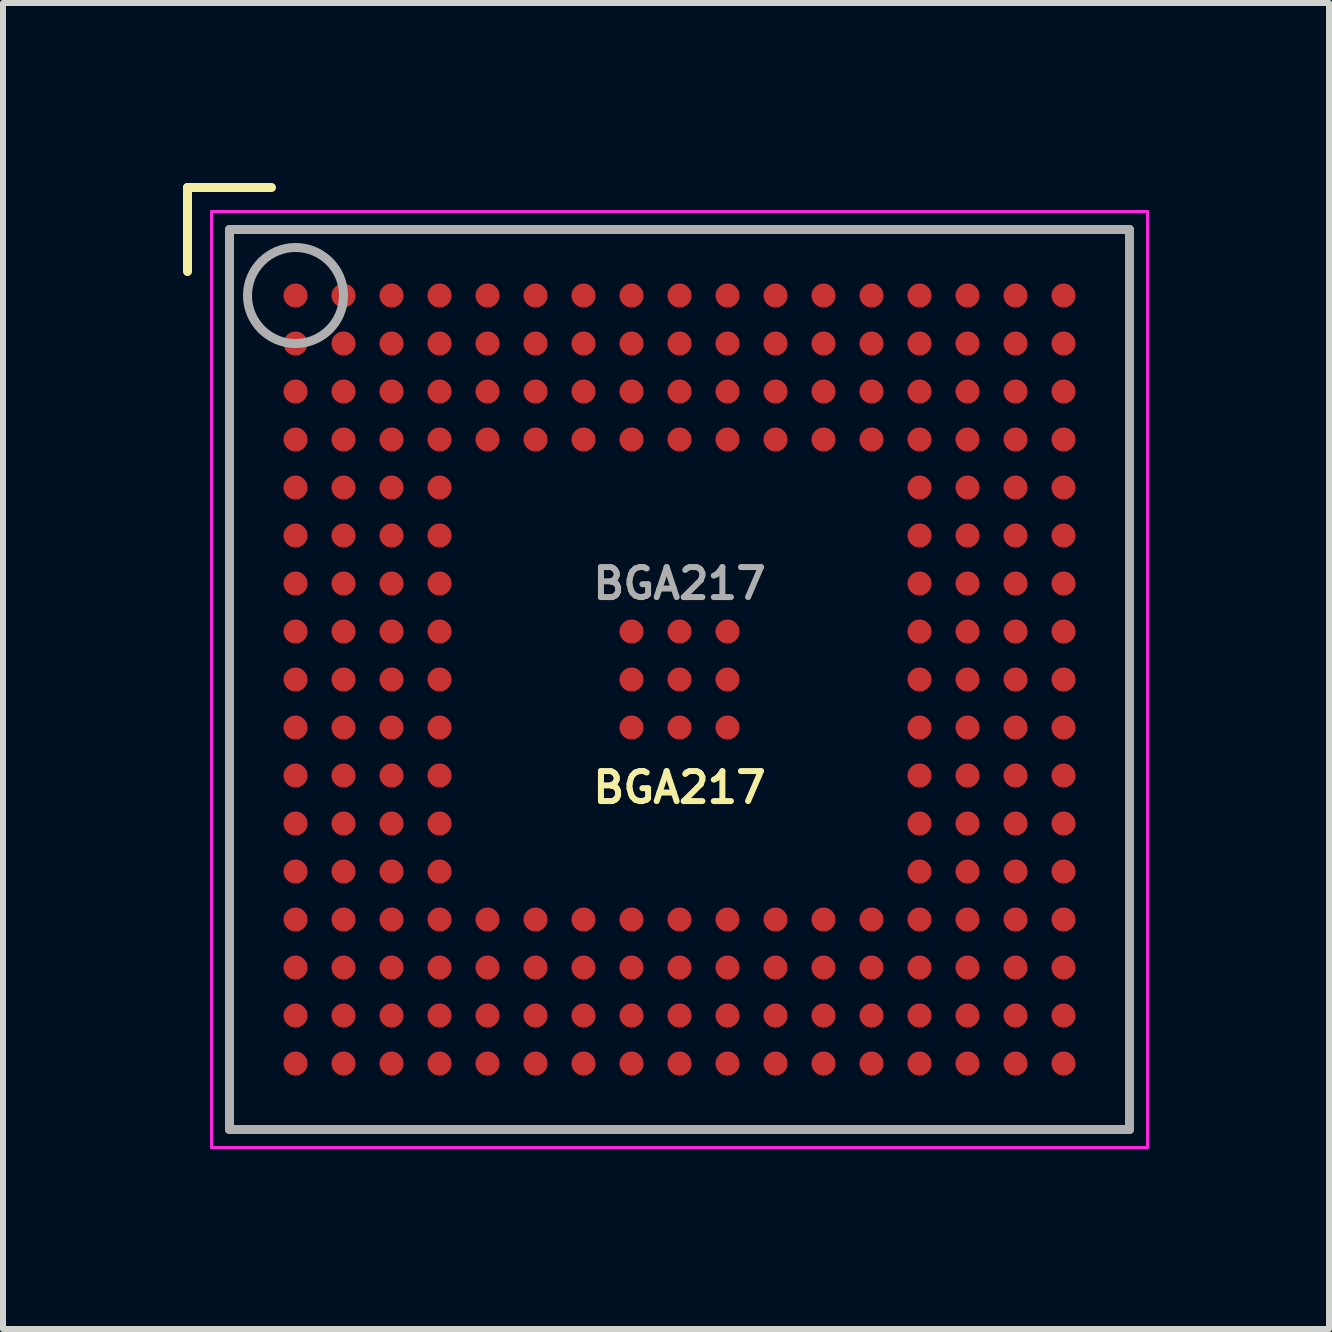
<source format=kicad_pcb>
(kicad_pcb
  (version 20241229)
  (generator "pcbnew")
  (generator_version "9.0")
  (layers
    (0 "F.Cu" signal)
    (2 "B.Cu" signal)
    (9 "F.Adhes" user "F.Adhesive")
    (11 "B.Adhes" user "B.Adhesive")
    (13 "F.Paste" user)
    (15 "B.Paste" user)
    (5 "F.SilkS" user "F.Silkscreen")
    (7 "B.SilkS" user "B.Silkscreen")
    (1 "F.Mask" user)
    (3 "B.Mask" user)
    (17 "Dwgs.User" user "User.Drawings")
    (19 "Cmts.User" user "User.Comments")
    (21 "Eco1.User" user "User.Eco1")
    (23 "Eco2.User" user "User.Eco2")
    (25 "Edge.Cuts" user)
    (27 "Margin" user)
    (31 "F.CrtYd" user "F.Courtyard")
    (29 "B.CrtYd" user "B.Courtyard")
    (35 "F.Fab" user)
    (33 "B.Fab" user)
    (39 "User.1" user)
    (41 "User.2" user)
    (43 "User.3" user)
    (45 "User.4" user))
  (footprint "BGA217"
    (layer "F.Cu")
    (at 8.275 8.275)
    (property "Reference" "BGA217" (at 0 1.8 0) (layer "F.SilkS") (effects (font (size 0.5 0.5) (thickness 0.1))))
    (attr smd)
    (fp_line (start -8.2 -8.2) (end -6.8 -8.2) (stroke (width 0.15) (type solid)) (layer "F.SilkS"))
    (fp_line (start -8.2 -6.8) (end -8.2 -8.2) (stroke (width 0.15) (type solid)) (layer "F.SilkS"))
    (fp_line (start -7.8 -7.8) (end 7.8 -7.8) (stroke (width 0.05) (type solid)) (layer "F.CrtYd"))
    (fp_line (start -7.8 7.8) (end -7.8 -7.8) (stroke (width 0.05) (type solid)) (layer "F.CrtYd"))
    (fp_line (start 7.8 -7.8) (end 7.8 7.8) (stroke (width 0.05) (type solid)) (layer "F.CrtYd"))
    (fp_line (start 7.8 7.8) (end -7.8 7.8) (stroke (width 0.05) (type solid)) (layer "F.CrtYd"))
    (fp_line (start -7.5 -7.5) (end -7.5 7.5) (stroke (width 0.15) (type solid)) (layer "F.Fab"))
    (fp_line (start -7.5 7.5) (end 7.5 7.5) (stroke (width 0.15) (type solid)) (layer "F.Fab"))
    (fp_line (start 7.5 -7.5) (end -7.5 -7.5) (stroke (width 0.15) (type solid)) (layer "F.Fab"))
    (fp_line (start 7.5 7.5) (end 7.5 -7.5) (stroke (width 0.15) (type solid)) (layer "F.Fab"))
    (fp_circle (center -6.4 -6.4) (end -5.6 -6.4) (stroke (width 0.15) (type solid)) (fill no) (layer "F.Fab"))
    (fp_text user "${REFERENCE}" (at 0 -1.6 0) (layer "F.Fab") (effects (font (size 0.5 0.5) (thickness 0.1))))
    (pad "" smd rect (at -6.4 -6.4) (size 0.4 0.4) (layers "F.Paste"))
    (pad "" smd rect (at -6.4 -5.6) (size 0.4 0.4) (layers "F.Paste"))
    (pad "" smd rect (at -6.4 -4.8) (size 0.4 0.4) (layers "F.Paste"))
    (pad "" smd rect (at -6.4 -4) (size 0.4 0.4) (layers "F.Paste"))
    (pad "" smd rect (at -6.4 -3.2) (size 0.4 0.4) (layers "F.Paste"))
    (pad "" smd rect (at -6.4 -2.4) (size 0.4 0.4) (layers "F.Paste"))
    (pad "" smd rect (at -6.4 -1.6) (size 0.4 0.4) (layers "F.Paste"))
    (pad "" smd rect (at -6.4 -0.8) (size 0.4 0.4) (layers "F.Paste"))
    (pad "" smd rect (at -6.4 0) (size 0.4 0.4) (layers "F.Paste"))
    (pad "" smd rect (at -6.4 0.8) (size 0.4 0.4) (layers "F.Paste"))
    (pad "" smd rect (at -6.4 1.6) (size 0.4 0.4) (layers "F.Paste"))
    (pad "" smd rect (at -6.4 2.4) (size 0.4 0.4) (layers "F.Paste"))
    (pad "" smd rect (at -6.4 3.2) (size 0.4 0.4) (layers "F.Paste"))
    (pad "" smd rect (at -6.4 4) (size 0.4 0.4) (layers "F.Paste"))
    (pad "" smd rect (at -6.4 4.8) (size 0.4 0.4) (layers "F.Paste"))
    (pad "" smd rect (at -6.4 5.6) (size 0.4 0.4) (layers "F.Paste"))
    (pad "" smd rect (at -6.4 6.4) (size 0.4 0.4) (layers "F.Paste"))
    (pad "" smd rect (at -5.6 -6.4) (size 0.4 0.4) (layers "F.Paste"))
    (pad "" smd rect (at -5.6 -5.6) (size 0.4 0.4) (layers "F.Paste"))
    (pad "" smd rect (at -5.6 -4.8) (size 0.4 0.4) (layers "F.Paste"))
    (pad "" smd rect (at -5.6 -4) (size 0.4 0.4) (layers "F.Paste"))
    (pad "" smd rect (at -5.6 -3.2) (size 0.4 0.4) (layers "F.Paste"))
    (pad "" smd rect (at -5.6 -2.4) (size 0.4 0.4) (layers "F.Paste"))
    (pad "" smd rect (at -5.6 -1.6) (size 0.4 0.4) (layers "F.Paste"))
    (pad "" smd rect (at -5.6 -0.8) (size 0.4 0.4) (layers "F.Paste"))
    (pad "" smd rect (at -5.6 0) (size 0.4 0.4) (layers "F.Paste"))
    (pad "" smd rect (at -5.6 0.8) (size 0.4 0.4) (layers "F.Paste"))
    (pad "" smd rect (at -5.6 1.6) (size 0.4 0.4) (layers "F.Paste"))
    (pad "" smd rect (at -5.6 2.4) (size 0.4 0.4) (layers "F.Paste"))
    (pad "" smd rect (at -5.6 3.2) (size 0.4 0.4) (layers "F.Paste"))
    (pad "" smd rect (at -5.6 4) (size 0.4 0.4) (layers "F.Paste"))
    (pad "" smd rect (at -5.6 4.8) (size 0.4 0.4) (layers "F.Paste"))
    (pad "" smd rect (at -5.6 5.6) (size 0.4 0.4) (layers "F.Paste"))
    (pad "" smd rect (at -5.6 6.4) (size 0.4 0.4) (layers "F.Paste"))
    (pad "" smd rect (at -4.8 -6.4) (size 0.4 0.4) (layers "F.Paste"))
    (pad "" smd rect (at -4.8 -5.6) (size 0.4 0.4) (layers "F.Paste"))
    (pad "" smd rect (at -4.8 -4.8) (size 0.4 0.4) (layers "F.Paste"))
    (pad "" smd rect (at -4.8 -4) (size 0.4 0.4) (layers "F.Paste"))
    (pad "" smd rect (at -4.8 -3.2) (size 0.4 0.4) (layers "F.Paste"))
    (pad "" smd rect (at -4.8 -2.4) (size 0.4 0.4) (layers "F.Paste"))
    (pad "" smd rect (at -4.8 -1.6) (size 0.4 0.4) (layers "F.Paste"))
    (pad "" smd rect (at -4.8 -0.8) (size 0.4 0.4) (layers "F.Paste"))
    (pad "" smd rect (at -4.8 0) (size 0.4 0.4) (layers "F.Paste"))
    (pad "" smd rect (at -4.8 0.8) (size 0.4 0.4) (layers "F.Paste"))
    (pad "" smd rect (at -4.8 1.6) (size 0.4 0.4) (layers "F.Paste"))
    (pad "" smd rect (at -4.8 2.4) (size 0.4 0.4) (layers "F.Paste"))
    (pad "" smd rect (at -4.8 3.2) (size 0.4 0.4) (layers "F.Paste"))
    (pad "" smd rect (at -4.8 4) (size 0.4 0.4) (layers "F.Paste"))
    (pad "" smd rect (at -4.8 4.8) (size 0.4 0.4) (layers "F.Paste"))
    (pad "" smd rect (at -4.8 5.6) (size 0.4 0.4) (layers "F.Paste"))
    (pad "" smd rect (at -4.8 6.4) (size 0.4 0.4) (layers "F.Paste"))
    (pad "" smd rect (at -4 -6.4) (size 0.4 0.4) (layers "F.Paste"))
    (pad "" smd rect (at -4 -5.6) (size 0.4 0.4) (layers "F.Paste"))
    (pad "" smd rect (at -4 -4.8) (size 0.4 0.4) (layers "F.Paste"))
    (pad "" smd rect (at -4 -4) (size 0.4 0.4) (layers "F.Paste"))
    (pad "" smd rect (at -4 -3.2) (size 0.4 0.4) (layers "F.Paste"))
    (pad "" smd rect (at -4 -2.4) (size 0.4 0.4) (layers "F.Paste"))
    (pad "" smd rect (at -4 -1.6) (size 0.4 0.4) (layers "F.Paste"))
    (pad "" smd rect (at -4 -0.8) (size 0.4 0.4) (layers "F.Paste"))
    (pad "" smd rect (at -4 0) (size 0.4 0.4) (layers "F.Paste"))
    (pad "" smd rect (at -4 0.8) (size 0.4 0.4) (layers "F.Paste"))
    (pad "" smd rect (at -4 1.6) (size 0.4 0.4) (layers "F.Paste"))
    (pad "" smd rect (at -4 2.4) (size 0.4 0.4) (layers "F.Paste"))
    (pad "" smd rect (at -4 3.2) (size 0.4 0.4) (layers "F.Paste"))
    (pad "" smd rect (at -4 4) (size 0.4 0.4) (layers "F.Paste"))
    (pad "" smd rect (at -4 4.8) (size 0.4 0.4) (layers "F.Paste"))
    (pad "" smd rect (at -4 5.6) (size 0.4 0.4) (layers "F.Paste"))
    (pad "" smd rect (at -4 6.4) (size 0.4 0.4) (layers "F.Paste"))
    (pad "" smd rect (at -3.2 -6.4) (size 0.4 0.4) (layers "F.Paste"))
    (pad "" smd rect (at -3.2 -5.6) (size 0.4 0.4) (layers "F.Paste"))
    (pad "" smd rect (at -3.2 -4.8) (size 0.4 0.4) (layers "F.Paste"))
    (pad "" smd rect (at -3.2 -4) (size 0.4 0.4) (layers "F.Paste"))
    (pad "" smd rect (at -3.2 4) (size 0.4 0.4) (layers "F.Paste"))
    (pad "" smd rect (at -3.2 4.8) (size 0.4 0.4) (layers "F.Paste"))
    (pad "" smd rect (at -3.2 5.6) (size 0.4 0.4) (layers "F.Paste"))
    (pad "" smd rect (at -3.2 6.4) (size 0.4 0.4) (layers "F.Paste"))
    (pad "" smd rect (at -2.4 -6.4) (size 0.4 0.4) (layers "F.Paste"))
    (pad "" smd rect (at -2.4 -5.6) (size 0.4 0.4) (layers "F.Paste"))
    (pad "" smd rect (at -2.4 -4.8) (size 0.4 0.4) (layers "F.Paste"))
    (pad "" smd rect (at -2.4 -4) (size 0.4 0.4) (layers "F.Paste"))
    (pad "" smd rect (at -2.4 4) (size 0.4 0.4) (layers "F.Paste"))
    (pad "" smd rect (at -2.4 4.8) (size 0.4 0.4) (layers "F.Paste"))
    (pad "" smd rect (at -2.4 5.6) (size 0.4 0.4) (layers "F.Paste"))
    (pad "" smd rect (at -2.4 6.4) (size 0.4 0.4) (layers "F.Paste"))
    (pad "" smd rect (at -1.6 -6.4) (size 0.4 0.4) (layers "F.Paste"))
    (pad "" smd rect (at -1.6 -5.6) (size 0.4 0.4) (layers "F.Paste"))
    (pad "" smd rect (at -1.6 -4.8) (size 0.4 0.4) (layers "F.Paste"))
    (pad "" smd rect (at -1.6 -4) (size 0.4 0.4) (layers "F.Paste"))
    (pad "" smd rect (at -1.6 4) (size 0.4 0.4) (layers "F.Paste"))
    (pad "" smd rect (at -1.6 4.8) (size 0.4 0.4) (layers "F.Paste"))
    (pad "" smd rect (at -1.6 5.6) (size 0.4 0.4) (layers "F.Paste"))
    (pad "" smd rect (at -1.6 6.4) (size 0.4 0.4) (layers "F.Paste"))
    (pad "" smd rect (at -0.8 -6.4) (size 0.4 0.4) (layers "F.Paste"))
    (pad "" smd rect (at -0.8 -5.6) (size 0.4 0.4) (layers "F.Paste"))
    (pad "" smd rect (at -0.8 -4.8) (size 0.4 0.4) (layers "F.Paste"))
    (pad "" smd rect (at -0.8 -4) (size 0.4 0.4) (layers "F.Paste"))
    (pad "" smd rect (at -0.8 -0.8) (size 0.4 0.4) (layers "F.Paste"))
    (pad "" smd rect (at -0.8 0) (size 0.4 0.4) (layers "F.Paste"))
    (pad "" smd rect (at -0.8 0.8) (size 0.4 0.4) (layers "F.Paste"))
    (pad "" smd rect (at -0.8 4) (size 0.4 0.4) (layers "F.Paste"))
    (pad "" smd rect (at -0.8 4.8) (size 0.4 0.4) (layers "F.Paste"))
    (pad "" smd rect (at -0.8 5.6) (size 0.4 0.4) (layers "F.Paste"))
    (pad "" smd rect (at -0.8 6.4) (size 0.4 0.4) (layers "F.Paste"))
    (pad "" smd rect (at 0 -6.4) (size 0.4 0.4) (layers "F.Paste"))
    (pad "" smd rect (at 0 -5.6) (size 0.4 0.4) (layers "F.Paste"))
    (pad "" smd rect (at 0 -4.8) (size 0.4 0.4) (layers "F.Paste"))
    (pad "" smd rect (at 0 -4) (size 0.4 0.4) (layers "F.Paste"))
    (pad "" smd rect (at 0 -0.8) (size 0.4 0.4) (layers "F.Paste"))
    (pad "" smd rect (at 0 0) (size 0.4 0.4) (layers "F.Paste"))
    (pad "" smd rect (at 0 0.8) (size 0.4 0.4) (layers "F.Paste"))
    (pad "" smd rect (at 0 4) (size 0.4 0.4) (layers "F.Paste"))
    (pad "" smd rect (at 0 4.8) (size 0.4 0.4) (layers "F.Paste"))
    (pad "" smd rect (at 0 5.6) (size 0.4 0.4) (layers "F.Paste"))
    (pad "" smd rect (at 0 6.4) (size 0.4 0.4) (layers "F.Paste"))
    (pad "" smd rect (at 0.8 -6.4) (size 0.4 0.4) (layers "F.Paste"))
    (pad "" smd rect (at 0.8 -5.6) (size 0.4 0.4) (layers "F.Paste"))
    (pad "" smd rect (at 0.8 -4.8) (size 0.4 0.4) (layers "F.Paste"))
    (pad "" smd rect (at 0.8 -4) (size 0.4 0.4) (layers "F.Paste"))
    (pad "" smd rect (at 0.8 -0.8) (size 0.4 0.4) (layers "F.Paste"))
    (pad "" smd rect (at 0.8 0) (size 0.4 0.4) (layers "F.Paste"))
    (pad "" smd rect (at 0.8 0.8) (size 0.4 0.4) (layers "F.Paste"))
    (pad "" smd rect (at 0.8 4) (size 0.4 0.4) (layers "F.Paste"))
    (pad "" smd rect (at 0.8 4.8) (size 0.4 0.4) (layers "F.Paste"))
    (pad "" smd rect (at 0.8 5.6) (size 0.4 0.4) (layers "F.Paste"))
    (pad "" smd rect (at 0.8 6.4) (size 0.4 0.4) (layers "F.Paste"))
    (pad "" smd rect (at 1.6 -6.4) (size 0.4 0.4) (layers "F.Paste"))
    (pad "" smd rect (at 1.6 -5.6) (size 0.4 0.4) (layers "F.Paste"))
    (pad "" smd rect (at 1.6 -4.8) (size 0.4 0.4) (layers "F.Paste"))
    (pad "" smd rect (at 1.6 -4) (size 0.4 0.4) (layers "F.Paste"))
    (pad "" smd rect (at 1.6 4) (size 0.4 0.4) (layers "F.Paste"))
    (pad "" smd rect (at 1.6 4.8) (size 0.4 0.4) (layers "F.Paste"))
    (pad "" smd rect (at 1.6 5.6) (size 0.4 0.4) (layers "F.Paste"))
    (pad "" smd rect (at 1.6 6.4) (size 0.4 0.4) (layers "F.Paste"))
    (pad "" smd rect (at 2.4 -6.4) (size 0.4 0.4) (layers "F.Paste"))
    (pad "" smd rect (at 2.4 -5.6) (size 0.4 0.4) (layers "F.Paste"))
    (pad "" smd rect (at 2.4 -4.8) (size 0.4 0.4) (layers "F.Paste"))
    (pad "" smd rect (at 2.4 -4) (size 0.4 0.4) (layers "F.Paste"))
    (pad "" smd rect (at 2.4 4) (size 0.4 0.4) (layers "F.Paste"))
    (pad "" smd rect (at 2.4 4.8) (size 0.4 0.4) (layers "F.Paste"))
    (pad "" smd rect (at 2.4 5.6) (size 0.4 0.4) (layers "F.Paste"))
    (pad "" smd rect (at 2.4 6.4) (size 0.4 0.4) (layers "F.Paste"))
    (pad "" smd rect (at 3.2 -6.4) (size 0.4 0.4) (layers "F.Paste"))
    (pad "" smd rect (at 3.2 -5.6) (size 0.4 0.4) (layers "F.Paste"))
    (pad "" smd rect (at 3.2 -4.8) (size 0.4 0.4) (layers "F.Paste"))
    (pad "" smd rect (at 3.2 -4) (size 0.4 0.4) (layers "F.Paste"))
    (pad "" smd rect (at 3.2 4) (size 0.4 0.4) (layers "F.Paste"))
    (pad "" smd rect (at 3.2 4.8) (size 0.4 0.4) (layers "F.Paste"))
    (pad "" smd rect (at 3.2 5.6) (size 0.4 0.4) (layers "F.Paste"))
    (pad "" smd rect (at 3.2 6.4) (size 0.4 0.4) (layers "F.Paste"))
    (pad "" smd rect (at 4 -6.4) (size 0.4 0.4) (layers "F.Paste"))
    (pad "" smd rect (at 4 -5.6) (size 0.4 0.4) (layers "F.Paste"))
    (pad "" smd rect (at 4 -4.8) (size 0.4 0.4) (layers "F.Paste"))
    (pad "" smd rect (at 4 -4) (size 0.4 0.4) (layers "F.Paste"))
    (pad "" smd rect (at 4 -3.2) (size 0.4 0.4) (layers "F.Paste"))
    (pad "" smd rect (at 4 -2.4) (size 0.4 0.4) (layers "F.Paste"))
    (pad "" smd rect (at 4 -1.6) (size 0.4 0.4) (layers "F.Paste"))
    (pad "" smd rect (at 4 -0.8) (size 0.4 0.4) (layers "F.Paste"))
    (pad "" smd rect (at 4 0) (size 0.4 0.4) (layers "F.Paste"))
    (pad "" smd rect (at 4 0.8) (size 0.4 0.4) (layers "F.Paste"))
    (pad "" smd rect (at 4 1.6) (size 0.4 0.4) (layers "F.Paste"))
    (pad "" smd rect (at 4 2.4) (size 0.4 0.4) (layers "F.Paste"))
    (pad "" smd rect (at 4 3.2) (size 0.4 0.4) (layers "F.Paste"))
    (pad "" smd rect (at 4 4) (size 0.4 0.4) (layers "F.Paste"))
    (pad "" smd rect (at 4 4.8) (size 0.4 0.4) (layers "F.Paste"))
    (pad "" smd rect (at 4 5.6) (size 0.4 0.4) (layers "F.Paste"))
    (pad "" smd rect (at 4 6.4) (size 0.4 0.4) (layers "F.Paste"))
    (pad "" smd rect (at 4.8 -6.4) (size 0.4 0.4) (layers "F.Paste"))
    (pad "" smd rect (at 4.8 -5.6) (size 0.4 0.4) (layers "F.Paste"))
    (pad "" smd rect (at 4.8 -4.8) (size 0.4 0.4) (layers "F.Paste"))
    (pad "" smd rect (at 4.8 -4) (size 0.4 0.4) (layers "F.Paste"))
    (pad "" smd rect (at 4.8 -3.2) (size 0.4 0.4) (layers "F.Paste"))
    (pad "" smd rect (at 4.8 -2.4) (size 0.4 0.4) (layers "F.Paste"))
    (pad "" smd rect (at 4.8 -1.6) (size 0.4 0.4) (layers "F.Paste"))
    (pad "" smd rect (at 4.8 -0.8) (size 0.4 0.4) (layers "F.Paste"))
    (pad "" smd rect (at 4.8 0) (size 0.4 0.4) (layers "F.Paste"))
    (pad "" smd rect (at 4.8 0.8) (size 0.4 0.4) (layers "F.Paste"))
    (pad "" smd rect (at 4.8 1.6) (size 0.4 0.4) (layers "F.Paste"))
    (pad "" smd rect (at 4.8 2.4) (size 0.4 0.4) (layers "F.Paste"))
    (pad "" smd rect (at 4.8 3.2) (size 0.4 0.4) (layers "F.Paste"))
    (pad "" smd rect (at 4.8 4) (size 0.4 0.4) (layers "F.Paste"))
    (pad "" smd rect (at 4.8 4.8) (size 0.4 0.4) (layers "F.Paste"))
    (pad "" smd rect (at 4.8 5.6) (size 0.4 0.4) (layers "F.Paste"))
    (pad "" smd rect (at 4.8 6.4) (size 0.4 0.4) (layers "F.Paste"))
    (pad "" smd rect (at 5.6 -6.4) (size 0.4 0.4) (layers "F.Paste"))
    (pad "" smd rect (at 5.6 -5.6) (size 0.4 0.4) (layers "F.Paste"))
    (pad "" smd rect (at 5.6 -4.8) (size 0.4 0.4) (layers "F.Paste"))
    (pad "" smd rect (at 5.6 -4) (size 0.4 0.4) (layers "F.Paste"))
    (pad "" smd rect (at 5.6 -3.2) (size 0.4 0.4) (layers "F.Paste"))
    (pad "" smd rect (at 5.6 -2.4) (size 0.4 0.4) (layers "F.Paste"))
    (pad "" smd rect (at 5.6 -1.6) (size 0.4 0.4) (layers "F.Paste"))
    (pad "" smd rect (at 5.6 -0.8) (size 0.4 0.4) (layers "F.Paste"))
    (pad "" smd rect (at 5.6 0) (size 0.4 0.4) (layers "F.Paste"))
    (pad "" smd rect (at 5.6 0.8) (size 0.4 0.4) (layers "F.Paste"))
    (pad "" smd rect (at 5.6 1.6) (size 0.4 0.4) (layers "F.Paste"))
    (pad "" smd rect (at 5.6 2.4) (size 0.4 0.4) (layers "F.Paste"))
    (pad "" smd rect (at 5.6 3.2) (size 0.4 0.4) (layers "F.Paste"))
    (pad "" smd rect (at 5.6 4) (size 0.4 0.4) (layers "F.Paste"))
    (pad "" smd rect (at 5.6 4.8) (size 0.4 0.4) (layers "F.Paste"))
    (pad "" smd rect (at 5.6 5.6) (size 0.4 0.4) (layers "F.Paste"))
    (pad "" smd rect (at 5.6 6.4) (size 0.4 0.4) (layers "F.Paste"))
    (pad "" smd rect (at 6.4 -6.4) (size 0.4 0.4) (layers "F.Paste"))
    (pad "" smd rect (at 6.4 -5.6) (size 0.4 0.4) (layers "F.Paste"))
    (pad "" smd rect (at 6.4 -4.8) (size 0.4 0.4) (layers "F.Paste"))
    (pad "" smd rect (at 6.4 -4) (size 0.4 0.4) (layers "F.Paste"))
    (pad "" smd rect (at 6.4 -3.2) (size 0.4 0.4) (layers "F.Paste"))
    (pad "" smd rect (at 6.4 -2.4) (size 0.4 0.4) (layers "F.Paste"))
    (pad "" smd rect (at 6.4 -1.6) (size 0.4 0.4) (layers "F.Paste"))
    (pad "" smd rect (at 6.4 -0.8) (size 0.4 0.4) (layers "F.Paste"))
    (pad "" smd rect (at 6.4 0) (size 0.4 0.4) (layers "F.Paste"))
    (pad "" smd rect (at 6.4 0.8) (size 0.4 0.4) (layers "F.Paste"))
    (pad "" smd rect (at 6.4 1.6) (size 0.4 0.4) (layers "F.Paste"))
    (pad "" smd rect (at 6.4 2.4) (size 0.4 0.4) (layers "F.Paste"))
    (pad "" smd rect (at 6.4 3.2) (size 0.4 0.4) (layers "F.Paste"))
    (pad "" smd rect (at 6.4 4) (size 0.4 0.4) (layers "F.Paste"))
    (pad "" smd rect (at 6.4 4.8) (size 0.4 0.4) (layers "F.Paste"))
    (pad "" smd rect (at 6.4 5.6) (size 0.4 0.4) (layers "F.Paste"))
    (pad "" smd rect (at 6.4 6.4) (size 0.4 0.4) (layers "F.Paste"))
    (pad "A1" smd circle (at -6.4 -6.4) (size 0.4 0.4) (layers "F.Cu" "F.Mask" "F.Paste"))
    (pad "A2" smd circle (at -5.6 -6.4) (size 0.4 0.4) (layers "F.Cu" "F.Mask" "F.Paste"))
    (pad "A3" smd circle (at -4.8 -6.4) (size 0.4 0.4) (layers "F.Cu" "F.Mask" "F.Paste"))
    (pad "A4" smd circle (at -4 -6.4) (size 0.4 0.4) (layers "F.Cu" "F.Mask" "F.Paste"))
    (pad "A5" smd circle (at -3.2 -6.4) (size 0.4 0.4) (layers "F.Cu" "F.Mask" "F.Paste"))
    (pad "A6" smd circle (at -2.4 -6.4) (size 0.4 0.4) (layers "F.Cu" "F.Mask" "F.Paste"))
    (pad "A7" smd circle (at -1.6 -6.4) (size 0.4 0.4) (layers "F.Cu" "F.Mask" "F.Paste"))
    (pad "A8" smd circle (at -0.8 -6.4) (size 0.4 0.4) (layers "F.Cu" "F.Mask" "F.Paste"))
    (pad "A9" smd circle (at 0 -6.4) (size 0.4 0.4) (layers "F.Cu" "F.Mask" "F.Paste"))
    (pad "A10" smd circle (at 0.8 -6.4) (size 0.4 0.4) (layers "F.Cu" "F.Mask" "F.Paste"))
    (pad "A11" smd circle (at 1.6 -6.4) (size 0.4 0.4) (layers "F.Cu" "F.Mask" "F.Paste"))
    (pad "A12" smd circle (at 2.4 -6.4) (size 0.4 0.4) (layers "F.Cu" "F.Mask" "F.Paste"))
    (pad "A13" smd circle (at 3.2 -6.4) (size 0.4 0.4) (layers "F.Cu" "F.Mask" "F.Paste"))
    (pad "A14" smd circle (at 4 -6.4) (size 0.4 0.4) (layers "F.Cu" "F.Mask" "F.Paste"))
    (pad "A15" smd circle (at 4.8 -6.4) (size 0.4 0.4) (layers "F.Cu" "F.Mask" "F.Paste"))
    (pad "A16" smd circle (at 5.6 -6.4) (size 0.4 0.4) (layers "F.Cu" "F.Mask" "F.Paste"))
    (pad "A17" smd circle (at 6.4 -6.4) (size 0.4 0.4) (layers "F.Cu" "F.Mask" "F.Paste"))
    (pad "B1" smd circle (at -6.4 -5.6) (size 0.4 0.4) (layers "F.Cu" "F.Mask" "F.Paste"))
    (pad "B2" smd circle (at -5.6 -5.6) (size 0.4 0.4) (layers "F.Cu" "F.Mask" "F.Paste"))
    (pad "B3" smd circle (at -4.8 -5.6) (size 0.4 0.4) (layers "F.Cu" "F.Mask" "F.Paste"))
    (pad "B4" smd circle (at -4 -5.6) (size 0.4 0.4) (layers "F.Cu" "F.Mask" "F.Paste"))
    (pad "B5" smd circle (at -3.2 -5.6) (size 0.4 0.4) (layers "F.Cu" "F.Mask" "F.Paste"))
    (pad "B6" smd circle (at -2.4 -5.6) (size 0.4 0.4) (layers "F.Cu" "F.Mask" "F.Paste"))
    (pad "B7" smd circle (at -1.6 -5.6) (size 0.4 0.4) (layers "F.Cu" "F.Mask" "F.Paste"))
    (pad "B8" smd circle (at -0.8 -5.6) (size 0.4 0.4) (layers "F.Cu" "F.Mask" "F.Paste"))
    (pad "B9" smd circle (at 0 -5.6) (size 0.4 0.4) (layers "F.Cu" "F.Mask" "F.Paste"))
    (pad "B10" smd circle (at 0.8 -5.6) (size 0.4 0.4) (layers "F.Cu" "F.Mask" "F.Paste"))
    (pad "B11" smd circle (at 1.6 -5.6) (size 0.4 0.4) (layers "F.Cu" "F.Mask" "F.Paste"))
    (pad "B12" smd circle (at 2.4 -5.6) (size 0.4 0.4) (layers "F.Cu" "F.Mask" "F.Paste"))
    (pad "B13" smd circle (at 3.2 -5.6) (size 0.4 0.4) (layers "F.Cu" "F.Mask" "F.Paste"))
    (pad "B14" smd circle (at 4 -5.6) (size 0.4 0.4) (layers "F.Cu" "F.Mask" "F.Paste"))
    (pad "B15" smd circle (at 4.8 -5.6) (size 0.4 0.4) (layers "F.Cu" "F.Mask" "F.Paste"))
    (pad "B16" smd circle (at 5.6 -5.6) (size 0.4 0.4) (layers "F.Cu" "F.Mask" "F.Paste"))
    (pad "B17" smd circle (at 6.4 -5.6) (size 0.4 0.4) (layers "F.Cu" "F.Mask" "F.Paste"))
    (pad "C1" smd circle (at -6.4 -4.8) (size 0.4 0.4) (layers "F.Cu" "F.Mask" "F.Paste"))
    (pad "C2" smd circle (at -5.6 -4.8) (size 0.4 0.4) (layers "F.Cu" "F.Mask" "F.Paste"))
    (pad "C3" smd circle (at -4.8 -4.8) (size 0.4 0.4) (layers "F.Cu" "F.Mask" "F.Paste"))
    (pad "C4" smd circle (at -4 -4.8) (size 0.4 0.4) (layers "F.Cu" "F.Mask" "F.Paste"))
    (pad "C5" smd circle (at -3.2 -4.8) (size 0.4 0.4) (layers "F.Cu" "F.Mask" "F.Paste"))
    (pad "C6" smd circle (at -2.4 -4.8) (size 0.4 0.4) (layers "F.Cu" "F.Mask" "F.Paste"))
    (pad "C7" smd circle (at -1.6 -4.8) (size 0.4 0.4) (layers "F.Cu" "F.Mask" "F.Paste"))
    (pad "C8" smd circle (at -0.8 -4.8) (size 0.4 0.4) (layers "F.Cu" "F.Mask" "F.Paste"))
    (pad "C9" smd circle (at 0 -4.8) (size 0.4 0.4) (layers "F.Cu" "F.Mask" "F.Paste"))
    (pad "C10" smd circle (at 0.8 -4.8) (size 0.4 0.4) (layers "F.Cu" "F.Mask" "F.Paste"))
    (pad "C11" smd circle (at 1.6 -4.8) (size 0.4 0.4) (layers "F.Cu" "F.Mask" "F.Paste"))
    (pad "C12" smd circle (at 2.4 -4.8) (size 0.4 0.4) (layers "F.Cu" "F.Mask" "F.Paste"))
    (pad "C13" smd circle (at 3.2 -4.8) (size 0.4 0.4) (layers "F.Cu" "F.Mask" "F.Paste"))
    (pad "C14" smd circle (at 4 -4.8) (size 0.4 0.4) (layers "F.Cu" "F.Mask" "F.Paste"))
    (pad "C15" smd circle (at 4.8 -4.8) (size 0.4 0.4) (layers "F.Cu" "F.Mask" "F.Paste"))
    (pad "C16" smd circle (at 5.6 -4.8) (size 0.4 0.4) (layers "F.Cu" "F.Mask" "F.Paste"))
    (pad "C17" smd circle (at 6.4 -4.8) (size 0.4 0.4) (layers "F.Cu" "F.Mask" "F.Paste"))
    (pad "D1" smd circle (at -6.4 -4) (size 0.4 0.4) (layers "F.Cu" "F.Mask" "F.Paste"))
    (pad "D2" smd circle (at -5.6 -4) (size 0.4 0.4) (layers "F.Cu" "F.Mask" "F.Paste"))
    (pad "D3" smd circle (at -4.8 -4) (size 0.4 0.4) (layers "F.Cu" "F.Mask" "F.Paste"))
    (pad "D4" smd circle (at -4 -4) (size 0.4 0.4) (layers "F.Cu" "F.Mask" "F.Paste"))
    (pad "D5" smd circle (at -3.2 -4) (size 0.4 0.4) (layers "F.Cu" "F.Mask" "F.Paste"))
    (pad "D6" smd circle (at -2.4 -4) (size 0.4 0.4) (layers "F.Cu" "F.Mask" "F.Paste"))
    (pad "D7" smd circle (at -1.6 -4) (size 0.4 0.4) (layers "F.Cu" "F.Mask" "F.Paste"))
    (pad "D8" smd circle (at -0.8 -4) (size 0.4 0.4) (layers "F.Cu" "F.Mask" "F.Paste"))
    (pad "D9" smd circle (at 0 -4) (size 0.4 0.4) (layers "F.Cu" "F.Mask" "F.Paste"))
    (pad "D10" smd circle (at 0.8 -4) (size 0.4 0.4) (layers "F.Cu" "F.Mask" "F.Paste"))
    (pad "D11" smd circle (at 1.6 -4) (size 0.4 0.4) (layers "F.Cu" "F.Mask" "F.Paste"))
    (pad "D12" smd circle (at 2.4 -4) (size 0.4 0.4) (layers "F.Cu" "F.Mask" "F.Paste"))
    (pad "D13" smd circle (at 3.2 -4) (size 0.4 0.4) (layers "F.Cu" "F.Mask" "F.Paste"))
    (pad "D14" smd circle (at 4 -4) (size 0.4 0.4) (layers "F.Cu" "F.Mask" "F.Paste"))
    (pad "D15" smd circle (at 4.8 -4) (size 0.4 0.4) (layers "F.Cu" "F.Mask" "F.Paste"))
    (pad "D16" smd circle (at 5.6 -4) (size 0.4 0.4) (layers "F.Cu" "F.Mask" "F.Paste"))
    (pad "D17" smd circle (at 6.4 -4) (size 0.4 0.4) (layers "F.Cu" "F.Mask" "F.Paste"))
    (pad "E1" smd circle (at -6.4 -3.2) (size 0.4 0.4) (layers "F.Cu" "F.Mask" "F.Paste"))
    (pad "E2" smd circle (at -5.6 -3.2) (size 0.4 0.4) (layers "F.Cu" "F.Mask" "F.Paste"))
    (pad "E3" smd circle (at -4.8 -3.2) (size 0.4 0.4) (layers "F.Cu" "F.Mask" "F.Paste"))
    (pad "E4" smd circle (at -4 -3.2) (size 0.4 0.4) (layers "F.Cu" "F.Mask" "F.Paste"))
    (pad "E14" smd circle (at 4 -3.2) (size 0.4 0.4) (layers "F.Cu" "F.Mask" "F.Paste"))
    (pad "E15" smd circle (at 4.8 -3.2) (size 0.4 0.4) (layers "F.Cu" "F.Mask" "F.Paste"))
    (pad "E16" smd circle (at 5.6 -3.2) (size 0.4 0.4) (layers "F.Cu" "F.Mask" "F.Paste"))
    (pad "E17" smd circle (at 6.4 -3.2) (size 0.4 0.4) (layers "F.Cu" "F.Mask" "F.Paste"))
    (pad "F1" smd circle (at -6.4 -2.4) (size 0.4 0.4) (layers "F.Cu" "F.Mask" "F.Paste"))
    (pad "F2" smd circle (at -5.6 -2.4) (size 0.4 0.4) (layers "F.Cu" "F.Mask" "F.Paste"))
    (pad "F3" smd circle (at -4.8 -2.4) (size 0.4 0.4) (layers "F.Cu" "F.Mask" "F.Paste"))
    (pad "F4" smd circle (at -4 -2.4) (size 0.4 0.4) (layers "F.Cu" "F.Mask" "F.Paste"))
    (pad "F14" smd circle (at 4 -2.4) (size 0.4 0.4) (layers "F.Cu" "F.Mask" "F.Paste"))
    (pad "F15" smd circle (at 4.8 -2.4) (size 0.4 0.4) (layers "F.Cu" "F.Mask" "F.Paste"))
    (pad "F16" smd circle (at 5.6 -2.4) (size 0.4 0.4) (layers "F.Cu" "F.Mask" "F.Paste"))
    (pad "F17" smd circle (at 6.4 -2.4) (size 0.4 0.4) (layers "F.Cu" "F.Mask" "F.Paste"))
    (pad "G1" smd circle (at -6.4 -1.6) (size 0.4 0.4) (layers "F.Cu" "F.Mask" "F.Paste"))
    (pad "G2" smd circle (at -5.6 -1.6) (size 0.4 0.4) (layers "F.Cu" "F.Mask" "F.Paste"))
    (pad "G3" smd circle (at -4.8 -1.6) (size 0.4 0.4) (layers "F.Cu" "F.Mask" "F.Paste"))
    (pad "G4" smd circle (at -4 -1.6) (size 0.4 0.4) (layers "F.Cu" "F.Mask" "F.Paste"))
    (pad "G14" smd circle (at 4 -1.6) (size 0.4 0.4) (layers "F.Cu" "F.Mask" "F.Paste"))
    (pad "G15" smd circle (at 4.8 -1.6) (size 0.4 0.4) (layers "F.Cu" "F.Mask" "F.Paste"))
    (pad "G16" smd circle (at 5.6 -1.6) (size 0.4 0.4) (layers "F.Cu" "F.Mask" "F.Paste"))
    (pad "G17" smd circle (at 6.4 -1.6) (size 0.4 0.4) (layers "F.Cu" "F.Mask" "F.Paste"))
    (pad "H1" smd circle (at -6.4 -0.8) (size 0.4 0.4) (layers "F.Cu" "F.Mask" "F.Paste"))
    (pad "H2" smd circle (at -5.6 -0.8) (size 0.4 0.4) (layers "F.Cu" "F.Mask" "F.Paste"))
    (pad "H3" smd circle (at -4.8 -0.8) (size 0.4 0.4) (layers "F.Cu" "F.Mask" "F.Paste"))
    (pad "H4" smd circle (at -4 -0.8) (size 0.4 0.4) (layers "F.Cu" "F.Mask" "F.Paste"))
    (pad "H8" smd circle (at -0.8 -0.8) (size 0.4 0.4) (layers "F.Cu" "F.Mask" "F.Paste"))
    (pad "H9" smd circle (at 0 -0.8) (size 0.4 0.4) (layers "F.Cu" "F.Mask" "F.Paste"))
    (pad "H10" smd circle (at 0.8 -0.8) (size 0.4 0.4) (layers "F.Cu" "F.Mask" "F.Paste"))
    (pad "H14" smd circle (at 4 -0.8) (size 0.4 0.4) (layers "F.Cu" "F.Mask" "F.Paste"))
    (pad "H15" smd circle (at 4.8 -0.8) (size 0.4 0.4) (layers "F.Cu" "F.Mask" "F.Paste"))
    (pad "H16" smd circle (at 5.6 -0.8) (size 0.4 0.4) (layers "F.Cu" "F.Mask" "F.Paste"))
    (pad "H17" smd circle (at 6.4 -0.8) (size 0.4 0.4) (layers "F.Cu" "F.Mask" "F.Paste"))
    (pad "J1" smd circle (at -6.4 0) (size 0.4 0.4) (layers "F.Cu" "F.Mask" "F.Paste"))
    (pad "J2" smd circle (at -5.6 0) (size 0.4 0.4) (layers "F.Cu" "F.Mask" "F.Paste"))
    (pad "J3" smd circle (at -4.8 0) (size 0.4 0.4) (layers "F.Cu" "F.Mask" "F.Paste"))
    (pad "J4" smd circle (at -4 0) (size 0.4 0.4) (layers "F.Cu" "F.Mask" "F.Paste"))
    (pad "J8" smd circle (at -0.8 0) (size 0.4 0.4) (layers "F.Cu" "F.Mask" "F.Paste"))
    (pad "J9" smd circle (at 0 0) (size 0.4 0.4) (layers "F.Cu" "F.Mask" "F.Paste"))
    (pad "J10" smd circle (at 0.8 0) (size 0.4 0.4) (layers "F.Cu" "F.Mask" "F.Paste"))
    (pad "J14" smd circle (at 4 0) (size 0.4 0.4) (layers "F.Cu" "F.Mask" "F.Paste"))
    (pad "J15" smd circle (at 4.8 0) (size 0.4 0.4) (layers "F.Cu" "F.Mask" "F.Paste"))
    (pad "J16" smd circle (at 5.6 0) (size 0.4 0.4) (layers "F.Cu" "F.Mask" "F.Paste"))
    (pad "J17" smd circle (at 6.4 0) (size 0.4 0.4) (layers "F.Cu" "F.Mask" "F.Paste"))
    (pad "K1" smd circle (at -6.4 0.8) (size 0.4 0.4) (layers "F.Cu" "F.Mask" "F.Paste"))
    (pad "K2" smd circle (at -5.6 0.8) (size 0.4 0.4) (layers "F.Cu" "F.Mask" "F.Paste"))
    (pad "K3" smd circle (at -4.8 0.8) (size 0.4 0.4) (layers "F.Cu" "F.Mask" "F.Paste"))
    (pad "K4" smd circle (at -4 0.8) (size 0.4 0.4) (layers "F.Cu" "F.Mask" "F.Paste"))
    (pad "K8" smd circle (at -0.8 0.8) (size 0.4 0.4) (layers "F.Cu" "F.Mask" "F.Paste"))
    (pad "K9" smd circle (at 0 0.8) (size 0.4 0.4) (layers "F.Cu" "F.Mask" "F.Paste"))
    (pad "K10" smd circle (at 0.8 0.8) (size 0.4 0.4) (layers "F.Cu" "F.Mask" "F.Paste"))
    (pad "K14" smd circle (at 4 0.8) (size 0.4 0.4) (layers "F.Cu" "F.Mask" "F.Paste"))
    (pad "K15" smd circle (at 4.8 0.8) (size 0.4 0.4) (layers "F.Cu" "F.Mask" "F.Paste"))
    (pad "K16" smd circle (at 5.6 0.8) (size 0.4 0.4) (layers "F.Cu" "F.Mask" "F.Paste"))
    (pad "K17" smd circle (at 6.4 0.8) (size 0.4 0.4) (layers "F.Cu" "F.Mask" "F.Paste"))
    (pad "L1" smd circle (at -6.4 1.6) (size 0.4 0.4) (layers "F.Cu" "F.Mask" "F.Paste"))
    (pad "L2" smd circle (at -5.6 1.6) (size 0.4 0.4) (layers "F.Cu" "F.Mask" "F.Paste"))
    (pad "L3" smd circle (at -4.8 1.6) (size 0.4 0.4) (layers "F.Cu" "F.Mask" "F.Paste"))
    (pad "L4" smd circle (at -4 1.6) (size 0.4 0.4) (layers "F.Cu" "F.Mask" "F.Paste"))
    (pad "L14" smd circle (at 4 1.6) (size 0.4 0.4) (layers "F.Cu" "F.Mask" "F.Paste"))
    (pad "L15" smd circle (at 4.8 1.6) (size 0.4 0.4) (layers "F.Cu" "F.Mask" "F.Paste"))
    (pad "L16" smd circle (at 5.6 1.6) (size 0.4 0.4) (layers "F.Cu" "F.Mask" "F.Paste"))
    (pad "L17" smd circle (at 6.4 1.6) (size 0.4 0.4) (layers "F.Cu" "F.Mask" "F.Paste"))
    (pad "M1" smd circle (at -6.4 2.4) (size 0.4 0.4) (layers "F.Cu" "F.Mask" "F.Paste"))
    (pad "M2" smd circle (at -5.6 2.4) (size 0.4 0.4) (layers "F.Cu" "F.Mask" "F.Paste"))
    (pad "M3" smd circle (at -4.8 2.4) (size 0.4 0.4) (layers "F.Cu" "F.Mask" "F.Paste"))
    (pad "M4" smd circle (at -4 2.4) (size 0.4 0.4) (layers "F.Cu" "F.Mask" "F.Paste"))
    (pad "M14" smd circle (at 4 2.4) (size 0.4 0.4) (layers "F.Cu" "F.Mask" "F.Paste"))
    (pad "M15" smd circle (at 4.8 2.4) (size 0.4 0.4) (layers "F.Cu" "F.Mask" "F.Paste"))
    (pad "M16" smd circle (at 5.6 2.4) (size 0.4 0.4) (layers "F.Cu" "F.Mask" "F.Paste"))
    (pad "M17" smd circle (at 6.4 2.4) (size 0.4 0.4) (layers "F.Cu" "F.Mask" "F.Paste"))
    (pad "N1" smd circle (at -6.4 3.2) (size 0.4 0.4) (layers "F.Cu" "F.Mask" "F.Paste"))
    (pad "N2" smd circle (at -5.6 3.2) (size 0.4 0.4) (layers "F.Cu" "F.Mask" "F.Paste"))
    (pad "N3" smd circle (at -4.8 3.2) (size 0.4 0.4) (layers "F.Cu" "F.Mask" "F.Paste"))
    (pad "N4" smd circle (at -4 3.2) (size 0.4 0.4) (layers "F.Cu" "F.Mask" "F.Paste"))
    (pad "N14" smd circle (at 4 3.2) (size 0.4 0.4) (layers "F.Cu" "F.Mask" "F.Paste"))
    (pad "N15" smd circle (at 4.8 3.2) (size 0.4 0.4) (layers "F.Cu" "F.Mask" "F.Paste"))
    (pad "N16" smd circle (at 5.6 3.2) (size 0.4 0.4) (layers "F.Cu" "F.Mask" "F.Paste"))
    (pad "N17" smd circle (at 6.4 3.2) (size 0.4 0.4) (layers "F.Cu" "F.Mask" "F.Paste"))
    (pad "P1" smd circle (at -6.4 4) (size 0.4 0.4) (layers "F.Cu" "F.Mask" "F.Paste"))
    (pad "P2" smd circle (at -5.6 4) (size 0.4 0.4) (layers "F.Cu" "F.Mask" "F.Paste"))
    (pad "P3" smd circle (at -4.8 4) (size 0.4 0.4) (layers "F.Cu" "F.Mask" "F.Paste"))
    (pad "P4" smd circle (at -4 4) (size 0.4 0.4) (layers "F.Cu" "F.Mask" "F.Paste"))
    (pad "P5" smd circle (at -3.2 4) (size 0.4 0.4) (layers "F.Cu" "F.Mask" "F.Paste"))
    (pad "P6" smd circle (at -2.4 4) (size 0.4 0.4) (layers "F.Cu" "F.Mask" "F.Paste"))
    (pad "P7" smd circle (at -1.6 4) (size 0.4 0.4) (layers "F.Cu" "F.Mask" "F.Paste"))
    (pad "P8" smd circle (at -0.8 4) (size 0.4 0.4) (layers "F.Cu" "F.Mask" "F.Paste"))
    (pad "P9" smd circle (at 0 4) (size 0.4 0.4) (layers "F.Cu" "F.Mask" "F.Paste"))
    (pad "P10" smd circle (at 0.8 4) (size 0.4 0.4) (layers "F.Cu" "F.Mask" "F.Paste"))
    (pad "P11" smd circle (at 1.6 4) (size 0.4 0.4) (layers "F.Cu" "F.Mask" "F.Paste"))
    (pad "P12" smd circle (at 2.4 4) (size 0.4 0.4) (layers "F.Cu" "F.Mask" "F.Paste"))
    (pad "P13" smd circle (at 3.2 4) (size 0.4 0.4) (layers "F.Cu" "F.Mask" "F.Paste"))
    (pad "P14" smd circle (at 4 4) (size 0.4 0.4) (layers "F.Cu" "F.Mask" "F.Paste"))
    (pad "P15" smd circle (at 4.8 4) (size 0.4 0.4) (layers "F.Cu" "F.Mask" "F.Paste"))
    (pad "P16" smd circle (at 5.6 4) (size 0.4 0.4) (layers "F.Cu" "F.Mask" "F.Paste"))
    (pad "P17" smd circle (at 6.4 4) (size 0.4 0.4) (layers "F.Cu" "F.Mask" "F.Paste"))
    (pad "R1" smd circle (at -6.4 4.8) (size 0.4 0.4) (layers "F.Cu" "F.Mask" "F.Paste"))
    (pad "R2" smd circle (at -5.6 4.8) (size 0.4 0.4) (layers "F.Cu" "F.Mask" "F.Paste"))
    (pad "R3" smd circle (at -4.8 4.8) (size 0.4 0.4) (layers "F.Cu" "F.Mask" "F.Paste"))
    (pad "R4" smd circle (at -4 4.8) (size 0.4 0.4) (layers "F.Cu" "F.Mask" "F.Paste"))
    (pad "R5" smd circle (at -3.2 4.8) (size 0.4 0.4) (layers "F.Cu" "F.Mask" "F.Paste"))
    (pad "R6" smd circle (at -2.4 4.8) (size 0.4 0.4) (layers "F.Cu" "F.Mask" "F.Paste"))
    (pad "R7" smd circle (at -1.6 4.8) (size 0.4 0.4) (layers "F.Cu" "F.Mask" "F.Paste"))
    (pad "R8" smd circle (at -0.8 4.8) (size 0.4 0.4) (layers "F.Cu" "F.Mask" "F.Paste"))
    (pad "R9" smd circle (at 0 4.8) (size 0.4 0.4) (layers "F.Cu" "F.Mask" "F.Paste"))
    (pad "R10" smd circle (at 0.8 4.8) (size 0.4 0.4) (layers "F.Cu" "F.Mask" "F.Paste"))
    (pad "R11" smd circle (at 1.6 4.8) (size 0.4 0.4) (layers "F.Cu" "F.Mask" "F.Paste"))
    (pad "R12" smd circle (at 2.4 4.8) (size 0.4 0.4) (layers "F.Cu" "F.Mask" "F.Paste"))
    (pad "R13" smd circle (at 3.2 4.8) (size 0.4 0.4) (layers "F.Cu" "F.Mask" "F.Paste"))
    (pad "R14" smd circle (at 4 4.8) (size 0.4 0.4) (layers "F.Cu" "F.Mask" "F.Paste"))
    (pad "R15" smd circle (at 4.8 4.8) (size 0.4 0.4) (layers "F.Cu" "F.Mask" "F.Paste"))
    (pad "R16" smd circle (at 5.6 4.8) (size 0.4 0.4) (layers "F.Cu" "F.Mask" "F.Paste"))
    (pad "R17" smd circle (at 6.4 4.8) (size 0.4 0.4) (layers "F.Cu" "F.Mask" "F.Paste"))
    (pad "T1" smd circle (at -6.4 5.6) (size 0.4 0.4) (layers "F.Cu" "F.Mask" "F.Paste"))
    (pad "T2" smd circle (at -5.6 5.6) (size 0.4 0.4) (layers "F.Cu" "F.Mask" "F.Paste"))
    (pad "T3" smd circle (at -4.8 5.6) (size 0.4 0.4) (layers "F.Cu" "F.Mask" "F.Paste"))
    (pad "T4" smd circle (at -4 5.6) (size 0.4 0.4) (layers "F.Cu" "F.Mask" "F.Paste"))
    (pad "T5" smd circle (at -3.2 5.6) (size 0.4 0.4) (layers "F.Cu" "F.Mask" "F.Paste"))
    (pad "T6" smd circle (at -2.4 5.6) (size 0.4 0.4) (layers "F.Cu" "F.Mask" "F.Paste"))
    (pad "T7" smd circle (at -1.6 5.6) (size 0.4 0.4) (layers "F.Cu" "F.Mask" "F.Paste"))
    (pad "T8" smd circle (at -0.8 5.6) (size 0.4 0.4) (layers "F.Cu" "F.Mask" "F.Paste"))
    (pad "T9" smd circle (at 0 5.6) (size 0.4 0.4) (layers "F.Cu" "F.Mask" "F.Paste"))
    (pad "T10" smd circle (at 0.8 5.6) (size 0.4 0.4) (layers "F.Cu" "F.Mask" "F.Paste"))
    (pad "T11" smd circle (at 1.6 5.6) (size 0.4 0.4) (layers "F.Cu" "F.Mask" "F.Paste"))
    (pad "T12" smd circle (at 2.4 5.6) (size 0.4 0.4) (layers "F.Cu" "F.Mask" "F.Paste"))
    (pad "T13" smd circle (at 3.2 5.6) (size 0.4 0.4) (layers "F.Cu" "F.Mask" "F.Paste"))
    (pad "T14" smd circle (at 4 5.6) (size 0.4 0.4) (layers "F.Cu" "F.Mask" "F.Paste"))
    (pad "T15" smd circle (at 4.8 5.6) (size 0.4 0.4) (layers "F.Cu" "F.Mask" "F.Paste"))
    (pad "T16" smd circle (at 5.6 5.6) (size 0.4 0.4) (layers "F.Cu" "F.Mask" "F.Paste"))
    (pad "T17" smd circle (at 6.4 5.6) (size 0.4 0.4) (layers "F.Cu" "F.Mask" "F.Paste"))
    (pad "U1" smd circle (at -6.4 6.4) (size 0.4 0.4) (layers "F.Cu" "F.Mask" "F.Paste"))
    (pad "U2" smd circle (at -5.6 6.4) (size 0.4 0.4) (layers "F.Cu" "F.Mask" "F.Paste"))
    (pad "U3" smd circle (at -4.8 6.4) (size 0.4 0.4) (layers "F.Cu" "F.Mask" "F.Paste"))
    (pad "U4" smd circle (at -4 6.4) (size 0.4 0.4) (layers "F.Cu" "F.Mask" "F.Paste"))
    (pad "U5" smd circle (at -3.2 6.4) (size 0.4 0.4) (layers "F.Cu" "F.Mask" "F.Paste"))
    (pad "U6" smd circle (at -2.4 6.4) (size 0.4 0.4) (layers "F.Cu" "F.Mask" "F.Paste"))
    (pad "U7" smd circle (at -1.6 6.4) (size 0.4 0.4) (layers "F.Cu" "F.Mask" "F.Paste"))
    (pad "U8" smd circle (at -0.8 6.4) (size 0.4 0.4) (layers "F.Cu" "F.Mask" "F.Paste"))
    (pad "U9" smd circle (at 0 6.4) (size 0.4 0.4) (layers "F.Cu" "F.Mask" "F.Paste"))
    (pad "U10" smd circle (at 0.8 6.4) (size 0.4 0.4) (layers "F.Cu" "F.Mask" "F.Paste"))
    (pad "U11" smd circle (at 1.6 6.4) (size 0.4 0.4) (layers "F.Cu" "F.Mask" "F.Paste"))
    (pad "U12" smd circle (at 2.4 6.4) (size 0.4 0.4) (layers "F.Cu" "F.Mask" "F.Paste"))
    (pad "U13" smd circle (at 3.2 6.4) (size 0.4 0.4) (layers "F.Cu" "F.Mask" "F.Paste"))
    (pad "U14" smd circle (at 4 6.4) (size 0.4 0.4) (layers "F.Cu" "F.Mask" "F.Paste"))
    (pad "U15" smd circle (at 4.8 6.4) (size 0.4 0.4) (layers "F.Cu" "F.Mask" "F.Paste"))
    (pad "U16" smd circle (at 5.6 6.4) (size 0.4 0.4) (layers "F.Cu" "F.Mask" "F.Paste"))
    (pad "U17" smd circle (at 6.4 6.4) (size 0.4 0.4) (layers "F.Cu" "F.Mask" "F.Paste")))
  (gr_rect
    (start -3 -3)
    (end 19.1 19.1)
    (stroke (width 0.1) (type default))
    (fill no)
    (layer "Edge.Cuts")))
</source>
